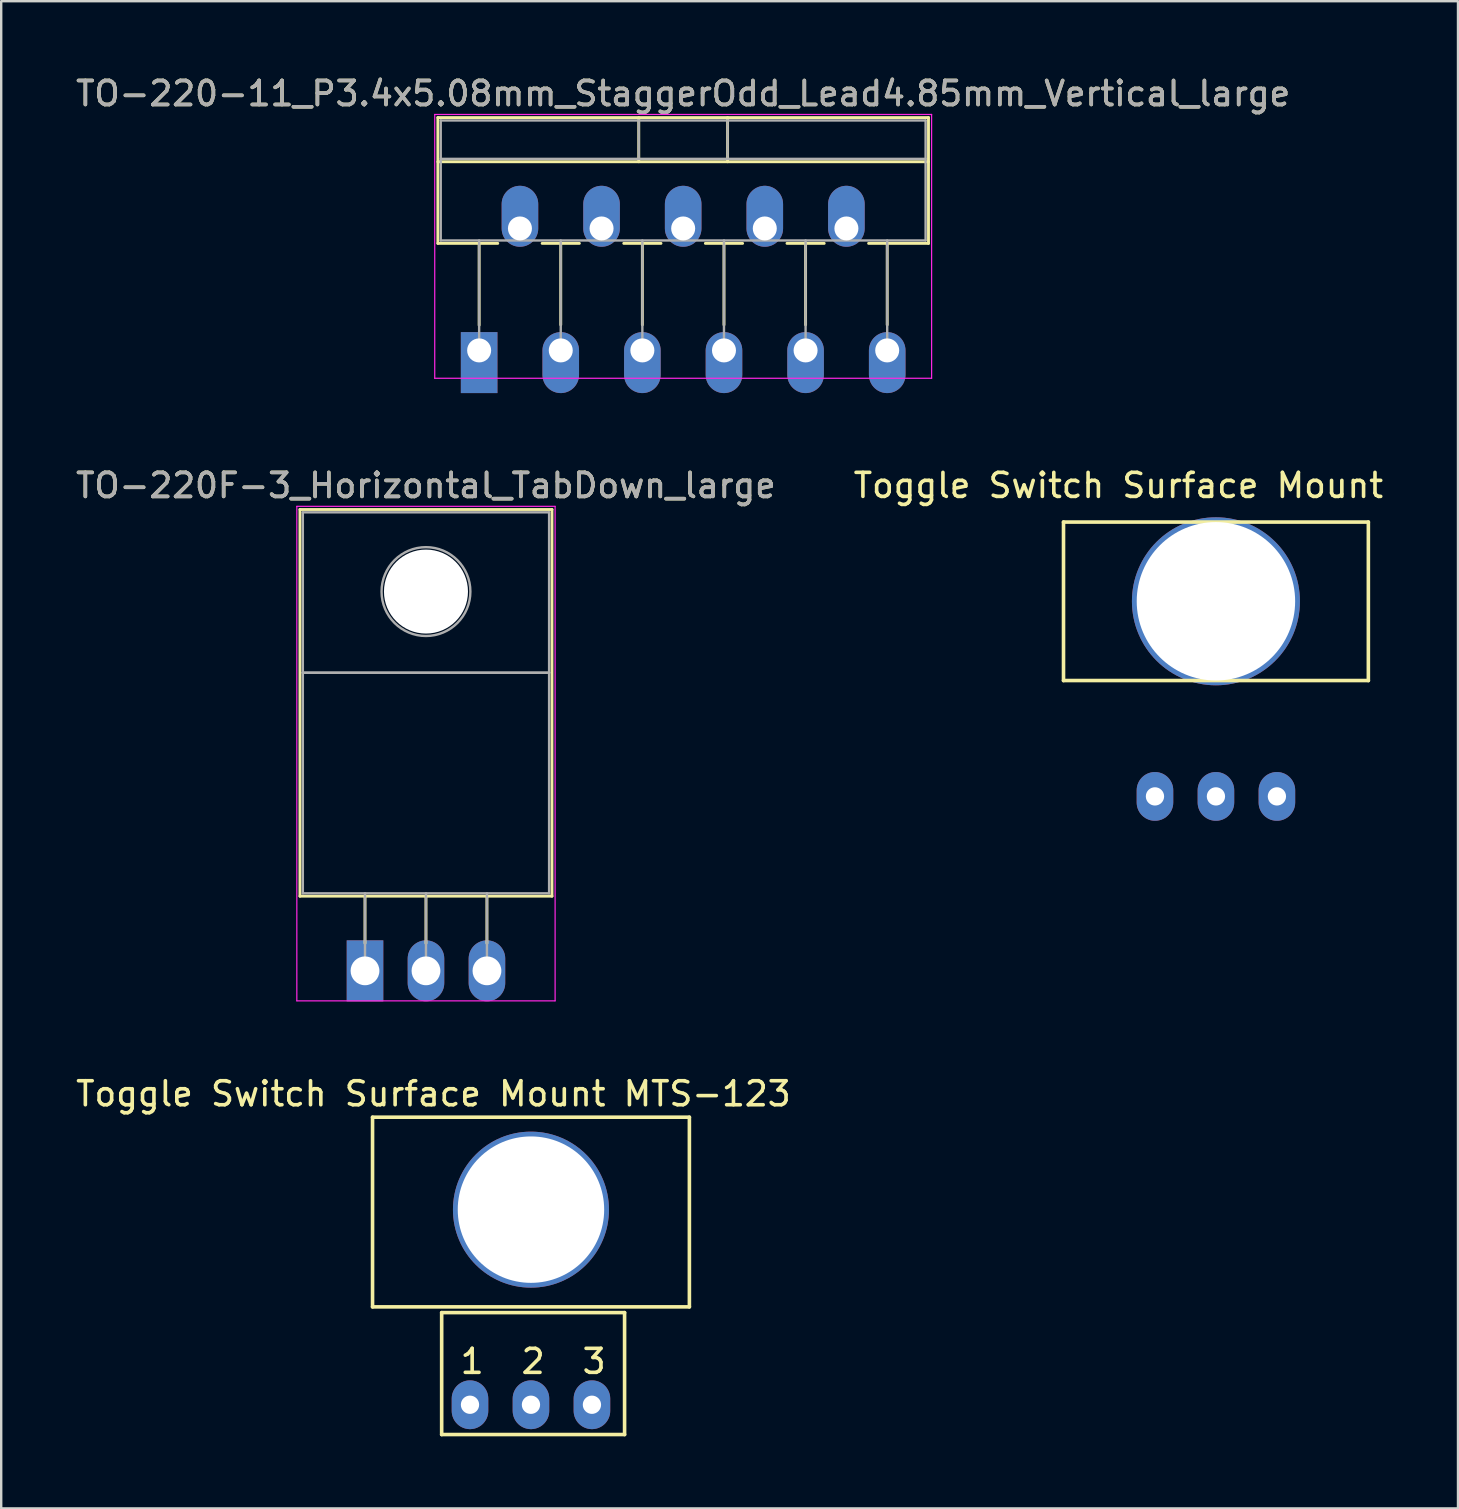
<source format=kicad_pcb>
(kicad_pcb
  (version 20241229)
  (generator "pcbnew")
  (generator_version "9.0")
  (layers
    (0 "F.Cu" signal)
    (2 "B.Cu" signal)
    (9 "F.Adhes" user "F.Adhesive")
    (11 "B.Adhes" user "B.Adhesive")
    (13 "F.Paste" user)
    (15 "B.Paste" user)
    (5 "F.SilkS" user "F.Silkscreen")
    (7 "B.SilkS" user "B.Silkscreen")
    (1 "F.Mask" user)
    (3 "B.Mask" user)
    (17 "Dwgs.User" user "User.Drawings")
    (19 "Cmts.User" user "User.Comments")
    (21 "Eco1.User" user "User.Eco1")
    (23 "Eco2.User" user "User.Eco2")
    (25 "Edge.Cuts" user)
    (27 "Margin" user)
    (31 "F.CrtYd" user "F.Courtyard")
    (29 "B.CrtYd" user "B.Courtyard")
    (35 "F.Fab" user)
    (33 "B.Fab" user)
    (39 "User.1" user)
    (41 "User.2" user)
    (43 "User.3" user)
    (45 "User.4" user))
  (footprint "TO-220F-3_Horizontal_TabDown_large"
    (layer "F.Cu")
    (at 12.156 37.395)
    (property "Reference" "TO-220F-3_Horizontal_TabDown_large" (at 2.54 -20.22 0) (layer "F.SilkS") (effects (font (size 1 1) (thickness 0.15))))
    (attr through_hole)
    (fp_line (start -2.71 -19.22) (end -2.71 -3.11) (stroke (width 0.12) (type solid)) (layer "F.SilkS"))
    (fp_line (start -2.71 -19.22) (end 7.79 -19.22) (stroke (width 0.12) (type solid)) (layer "F.SilkS"))
    (fp_line (start -2.71 -3.11) (end 7.79 -3.11) (stroke (width 0.12) (type solid)) (layer "F.SilkS"))
    (fp_line (start 0 -3.11) (end 0 -1.15) (stroke (width 0.12) (type solid)) (layer "F.SilkS"))
    (fp_line (start 2.54 -3.11) (end 2.54 -1.15) (stroke (width 0.12) (type solid)) (layer "F.SilkS"))
    (fp_line (start 5.08 -3.11) (end 5.08 -1.15) (stroke (width 0.12) (type solid)) (layer "F.SilkS"))
    (fp_line (start 7.79 -19.22) (end 7.79 -3.11) (stroke (width 0.12) (type solid)) (layer "F.SilkS"))
    (fp_line (start -2.84 -19.35) (end -2.84 1.25) (stroke (width 0.05) (type solid)) (layer "F.CrtYd"))
    (fp_line (start -2.84 1.25) (end 7.92 1.25) (stroke (width 0.05) (type solid)) (layer "F.CrtYd"))
    (fp_line (start 7.92 -19.35) (end -2.84 -19.35) (stroke (width 0.05) (type solid)) (layer "F.CrtYd"))
    (fp_line (start 7.92 1.25) (end 7.92 -19.35) (stroke (width 0.05) (type solid)) (layer "F.CrtYd"))
    (fp_line (start -2.59 -19.1) (end 7.67 -19.1) (stroke (width 0.1) (type solid)) (layer "F.Fab"))
    (fp_line (start -2.59 -12.42) (end -2.59 -19.1) (stroke (width 0.1) (type solid)) (layer "F.Fab"))
    (fp_line (start -2.59 -12.42) (end 7.67 -12.42) (stroke (width 0.1) (type solid)) (layer "F.Fab"))
    (fp_line (start -2.59 -3.23) (end -2.59 -12.42) (stroke (width 0.1) (type solid)) (layer "F.Fab"))
    (fp_line (start 0 -3.23) (end 0 0) (stroke (width 0.1) (type solid)) (layer "F.Fab"))
    (fp_line (start 2.54 -3.23) (end 2.54 0) (stroke (width 0.1) (type solid)) (layer "F.Fab"))
    (fp_line (start 5.08 -3.23) (end 5.08 0) (stroke (width 0.1) (type solid)) (layer "F.Fab"))
    (fp_line (start 7.67 -19.1) (end 7.67 -12.42) (stroke (width 0.1) (type solid)) (layer "F.Fab"))
    (fp_line (start 7.67 -12.42) (end -2.59 -12.42) (stroke (width 0.1) (type solid)) (layer "F.Fab"))
    (fp_line (start 7.67 -12.42) (end 7.67 -3.23) (stroke (width 0.1) (type solid)) (layer "F.Fab"))
    (fp_line (start 7.67 -3.23) (end -2.59 -3.23) (stroke (width 0.1) (type solid)) (layer "F.Fab"))
    (fp_circle (center 2.54 -15.8) (end 4.39 -15.8) (stroke (width 0.1) (type solid)) (fill no) (layer "F.Fab"))
    (fp_text user "${REFERENCE}" (at 2.54 -20.22 0) (layer "F.Fab") (effects (font (size 1 1) (thickness 0.15))))
    (pad "" np_thru_hole oval (at 2.54 -15.8) (size 3.5 3.5) (drill 3.5) (layers "*.Cu" "*.Mask"))
    (pad "1" thru_hole rect (at 0 0) (size 1.524 2.54) (drill 1.2) (layers "*.Cu" "*.Mask"))
    (pad "2" thru_hole oval (at 2.54 0) (size 1.524 2.54) (drill 1.2) (layers "*.Cu" "*.Mask"))
    (pad "3" thru_hole oval (at 5.08 0) (size 1.524 2.54) (drill 1.2) (layers "*.Cu" "*.Mask")))
  (footprint "Toggle Switch Surface Mount"
    (layer "F.Cu")
    (at 45.066 30.128)
    (property "Reference" "Toggle Switch Surface Mount" (at -1.524 -12.954 0) (unlocked yes) (layer "F.SilkS") (effects (font (size 1 1) (thickness 0.15))))
    (attr through_hole)
    (fp_line (start -3.81 -11.43) (end 8.89 -11.43) (stroke (width 0.15) (type solid)) (layer "F.SilkS"))
    (fp_line (start -3.81 -4.826) (end -3.81 -11.43) (stroke (width 0.15) (type solid)) (layer "F.SilkS"))
    (fp_line (start 8.89 -11.43) (end 8.89 -4.826) (stroke (width 0.15) (type solid)) (layer "F.SilkS"))
    (fp_line (start 8.89 -4.826) (end -3.81 -4.826) (stroke (width 0.15) (type solid)) (layer "F.SilkS"))
    (pad "" np_thru_hole oval (at 2.54 -8.128) (size 7 7) (drill 6.6) (layers "*.Cu" "*.Mask"))
    (pad "1" thru_hole oval (at 0 0) (size 1.524 2.032) (drill 0.762) (layers "*.Cu" "*.Mask"))
    (pad "2" thru_hole oval (at 2.54 0) (size 1.524 2.032) (drill 0.762) (layers "*.Cu" "*.Mask"))
    (pad "3" thru_hole oval (at 5.08 0) (size 1.524 2.032) (drill 0.762) (layers "*.Cu" "*.Mask")))
  (footprint "Toggle Switch Surface Mount MTS-123"
    (layer "F.Cu")
    (at 16.62 55.444)
    (property "Reference" "Toggle Switch Surface Mount MTS-123" (at -1.614 -12.926 0) (unlocked yes) (layer "F.SilkS") (effects (font (size 1 1) (thickness 0.15))))
    (attr through_hole)
    (fp_line (start -4.15 -11.95) (end 9.05 -11.95) (stroke (width 0.15) (type solid)) (layer "F.SilkS"))
    (fp_line (start -4.15 -4.05) (end -4.15 -11.95) (stroke (width 0.15) (type solid)) (layer "F.SilkS"))
    (fp_line (start -1.27 -3.81) (end -1.27 1.27) (stroke (width 0.15) (type solid)) (layer "F.SilkS"))
    (fp_line (start -1.27 1.27) (end 6.35 1.27) (stroke (width 0.15) (type solid)) (layer "F.SilkS"))
    (fp_line (start 6.35 -3.81) (end -1.27 -3.81) (stroke (width 0.15) (type solid)) (layer "F.SilkS"))
    (fp_line (start 6.35 1.27) (end 6.35 -3.81) (stroke (width 0.15) (type solid)) (layer "F.SilkS"))
    (fp_line (start 9.05 -11.95) (end 9.05 -4.05) (stroke (width 0.15) (type solid)) (layer "F.SilkS"))
    (fp_line (start 9.05 -4.05) (end -4.15 -4.05) (stroke (width 0.15) (type solid)) (layer "F.SilkS"))
    (fp_text user "2" (at 2.54 -1.778 0) (unlocked yes) (layer "F.SilkS") (effects (font (size 1 1) (thickness 0.15))))
    (fp_text user "1" (at 0 -1.778 0) (unlocked yes) (layer "F.SilkS") (effects (font (size 1 1) (thickness 0.15))))
    (fp_text user "3" (at 5.08 -1.778 0) (unlocked yes) (layer "F.SilkS") (effects (font (size 1 1) (thickness 0.15))))
    (pad "" np_thru_hole circle (at 2.45 -8.1) (size 6.5 6.5) (drill 6.1) (layers "*.Cu" "*.Mask"))
    (pad "1" thru_hole oval (at -0.09 0.028) (size 1.524 2.032) (drill 0.762) (layers "*.Cu" "*.Mask"))
    (pad "2" thru_hole oval (at 2.45 0.028) (size 1.524 2.032) (drill 0.762) (layers "*.Cu" "*.Mask"))
    (pad "3" thru_hole oval (at 4.99 0.028) (size 1.524 2.032) (drill 0.762) (layers "*.Cu" "*.Mask")))
  (footprint "TO-220-11_P3.4x5.08mm_StaggerOdd_Lead4.85mm_Vertical_large"
    (layer "F.Cu")
    (at 16.911 11.548)
    (property "Reference" "TO-220-11_P3.4x5.08mm_StaggerOdd_Lead4.85mm_Vertical_large" (at 8.5 -10.7 0) (layer "F.SilkS") (effects (font (size 1 1) (thickness 0.15))))
    (attr through_hole)
    (fp_line (start -1.72 -9.7) (end -1.72 -4.459) (stroke (width 0.12) (type solid)) (layer "F.SilkS"))
    (fp_line (start -1.72 -9.7) (end 18.72 -9.7) (stroke (width 0.12) (type solid)) (layer "F.SilkS"))
    (fp_line (start -1.72 -7.86) (end 18.72 -7.86) (stroke (width 0.12) (type solid)) (layer "F.SilkS"))
    (fp_line (start -1.72 -4.459) (end 0.776 -4.459) (stroke (width 0.12) (type solid)) (layer "F.SilkS"))
    (fp_line (start 0 -4.459) (end 0 -1.05) (stroke (width 0.12) (type solid)) (layer "F.SilkS"))
    (fp_line (start 2.625 -4.459) (end 4.176 -4.459) (stroke (width 0.12) (type solid)) (layer "F.SilkS"))
    (fp_line (start 3.4 -4.459) (end 3.4 -1.065) (stroke (width 0.12) (type solid)) (layer "F.SilkS"))
    (fp_line (start 6.025 -4.459) (end 7.576 -4.459) (stroke (width 0.12) (type solid)) (layer "F.SilkS"))
    (fp_line (start 6.65 -9.7) (end 6.65 -7.86) (stroke (width 0.12) (type solid)) (layer "F.SilkS"))
    (fp_line (start 6.8 -4.459) (end 6.8 -1.065) (stroke (width 0.12) (type solid)) (layer "F.SilkS"))
    (fp_line (start 9.425 -4.459) (end 10.976 -4.459) (stroke (width 0.12) (type solid)) (layer "F.SilkS"))
    (fp_line (start 10.2 -4.459) (end 10.2 -1.065) (stroke (width 0.12) (type solid)) (layer "F.SilkS"))
    (fp_line (start 10.35 -9.7) (end 10.35 -7.86) (stroke (width 0.12) (type solid)) (layer "F.SilkS"))
    (fp_line (start 12.825 -4.459) (end 14.376 -4.459) (stroke (width 0.12) (type solid)) (layer "F.SilkS"))
    (fp_line (start 13.6 -4.459) (end 13.6 -1.065) (stroke (width 0.12) (type solid)) (layer "F.SilkS"))
    (fp_line (start 16.225 -4.459) (end 18.72 -4.459) (stroke (width 0.12) (type solid)) (layer "F.SilkS"))
    (fp_line (start 17 -4.459) (end 17 -1.065) (stroke (width 0.12) (type solid)) (layer "F.SilkS"))
    (fp_line (start 18.72 -9.7) (end 18.72 -4.459) (stroke (width 0.12) (type solid)) (layer "F.SilkS"))
    (fp_line (start -1.85 -9.83) (end -1.85 1.16) (stroke (width 0.05) (type solid)) (layer "F.CrtYd"))
    (fp_line (start -1.85 1.16) (end 18.85 1.16) (stroke (width 0.05) (type solid)) (layer "F.CrtYd"))
    (fp_line (start 18.85 -9.83) (end -1.85 -9.83) (stroke (width 0.05) (type solid)) (layer "F.CrtYd"))
    (fp_line (start 18.85 1.16) (end 18.85 -9.83) (stroke (width 0.05) (type solid)) (layer "F.CrtYd"))
    (fp_line (start -1.6 -9.58) (end -1.6 -4.58) (stroke (width 0.1) (type solid)) (layer "F.Fab"))
    (fp_line (start -1.6 -7.98) (end 18.6 -7.98) (stroke (width 0.1) (type solid)) (layer "F.Fab"))
    (fp_line (start -1.6 -4.58) (end 18.6 -4.58) (stroke (width 0.1) (type solid)) (layer "F.Fab"))
    (fp_line (start 0 -4.58) (end 0 0) (stroke (width 0.1) (type solid)) (layer "F.Fab"))
    (fp_line (start 3.4 -4.58) (end 3.4 0) (stroke (width 0.1) (type solid)) (layer "F.Fab"))
    (fp_line (start 6.65 -9.58) (end 6.65 -7.98) (stroke (width 0.1) (type solid)) (layer "F.Fab"))
    (fp_line (start 6.8 -4.58) (end 6.8 0) (stroke (width 0.1) (type solid)) (layer "F.Fab"))
    (fp_line (start 10.2 -4.58) (end 10.2 0) (stroke (width 0.1) (type solid)) (layer "F.Fab"))
    (fp_line (start 10.35 -9.58) (end 10.35 -7.98) (stroke (width 0.1) (type solid)) (layer "F.Fab"))
    (fp_line (start 13.6 -4.58) (end 13.6 0) (stroke (width 0.1) (type solid)) (layer "F.Fab"))
    (fp_line (start 17 -4.58) (end 17 0) (stroke (width 0.1) (type solid)) (layer "F.Fab"))
    (fp_line (start 18.6 -9.58) (end -1.6 -9.58) (stroke (width 0.1) (type solid)) (layer "F.Fab"))
    (fp_line (start 18.6 -4.58) (end 18.6 -9.58) (stroke (width 0.1) (type solid)) (layer "F.Fab"))
    (fp_text user "${REFERENCE}" (at 8.5 -10.7 0) (layer "F.Fab") (effects (font (size 1 1) (thickness 0.15))))
    (pad "1" thru_hole rect (at 0 0) (size 1.524 2.54) (drill 1 (offset 0 0.508)) (layers "*.Cu" "*.Mask"))
    (pad "2" thru_hole oval (at 1.7 -5.08) (size 1.524 2.54) (drill 1 (offset 0 -0.508)) (layers "*.Cu" "*.Mask"))
    (pad "3" thru_hole oval (at 3.4 0) (size 1.524 2.54) (drill 1 (offset 0 0.508)) (layers "*.Cu" "*.Mask"))
    (pad "4" thru_hole oval (at 5.1 -5.08) (size 1.524 2.54) (drill 1 (offset 0 -0.508)) (layers "*.Cu" "*.Mask"))
    (pad "5" thru_hole oval (at 6.8 0) (size 1.524 2.54) (drill 1 (offset 0 0.508)) (layers "*.Cu" "*.Mask"))
    (pad "6" thru_hole oval (at 8.5 -5.08) (size 1.524 2.54) (drill 1 (offset 0 -0.508)) (layers "*.Cu" "*.Mask"))
    (pad "7" thru_hole oval (at 10.2 0) (size 1.524 2.54) (drill 1 (offset 0 0.508)) (layers "*.Cu" "*.Mask"))
    (pad "8" thru_hole oval (at 11.9 -5.08) (size 1.524 2.54) (drill 1 (offset 0 -0.508)) (layers "*.Cu" "*.Mask"))
    (pad "9" thru_hole oval (at 13.6 0) (size 1.524 2.54) (drill 1 (offset 0 0.508)) (layers "*.Cu" "*.Mask"))
    (pad "10" thru_hole oval (at 15.3 -5.08) (size 1.524 2.54) (drill 1 (offset 0 -0.508)) (layers "*.Cu" "*.Mask"))
    (pad "11" thru_hole oval (at 17 0) (size 1.524 2.54) (drill 1 (offset 0 0.508)) (layers "*.Cu" "*.Mask")))
  (gr_rect
    (start -3 -3)
    (end 57.69 59.789)
    (stroke (width 0.1) (type default))
    (fill no)
    (layer "Edge.Cuts")))
</source>
